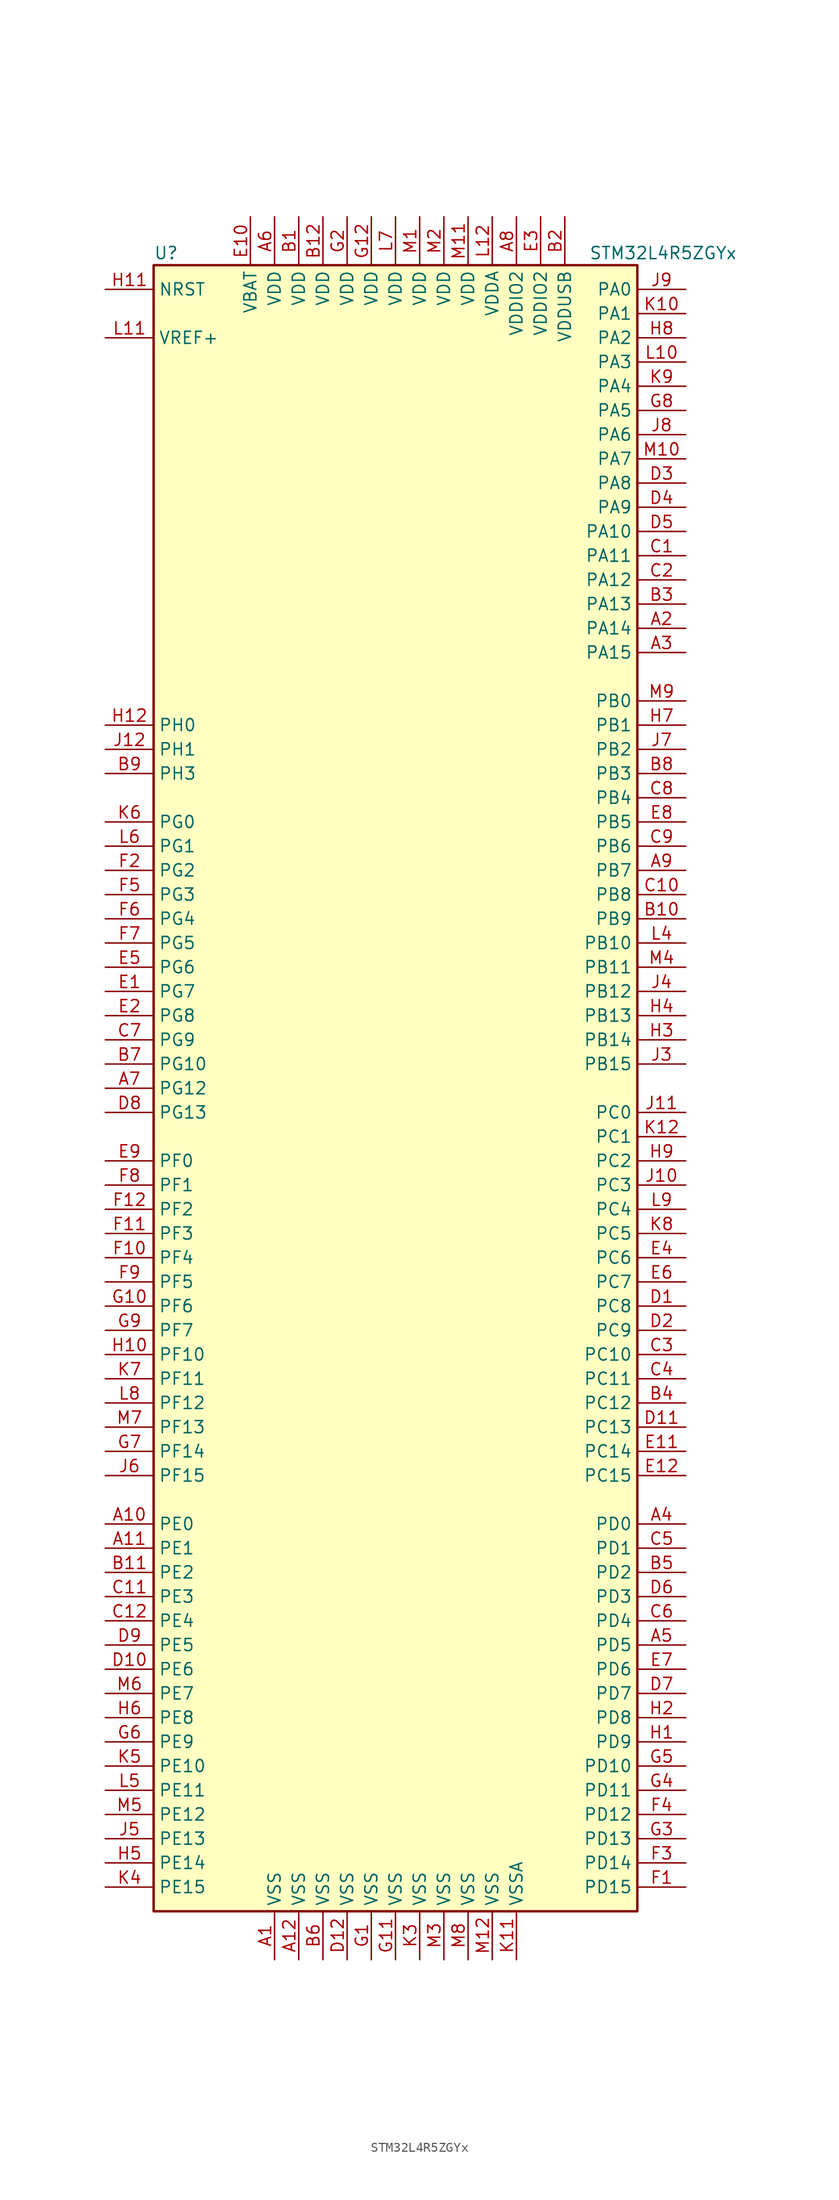
<source format=kicad_sym>
(kicad_symbol_lib
  (version 20220914)
  (generator kicad_symbol_editor)
  (symbol "STM32L4R5ZGYx"
    (property "Reference" "U"
      (at -25.4 87.63 0)
      (effects (font (size 1.27 1.27)) (justify left)))
    (property "Value" "STM32L4R5ZGYx"
      (at 20.32 87.63 0)
      (effects (font (size 1.27 1.27)) (justify left)))
    (symbol "STM32L4R5ZGYx_0_1"
      (rectangle (start -25.4 -86.36) (end 25.4 86.36) (stroke (width 0.254) (type default)) (fill (type background))))
    (symbol "STM32L4R5ZGYx_1_1"
      (pin power_in line (at -12.7 -91.44 90) (length 5.08) (name "VSS" (effects (font (size 1.27 1.27)))) (number "A1" (effects (font (size 1.27 1.27)))))
      (pin bidirectional line (at -30.48 -45.72 0) (length 5.08) (name "PE0" (effects (font (size 1.27 1.27)))) (number "A10" (effects (font (size 1.27 1.27)))))
      (pin bidirectional line (at -30.48 -48.26 0) (length 5.08) (name "PE1" (effects (font (size 1.27 1.27)))) (number "A11" (effects (font (size 1.27 1.27)))))
      (pin power_in line (at -10.16 -91.44 90) (length 5.08) (name "VSS" (effects (font (size 1.27 1.27)))) (number "A12" (effects (font (size 1.27 1.27)))))
      (pin bidirectional line (at 30.48 48.26 180) (length 5.08) (name "PA14" (effects (font (size 1.27 1.27)))) (number "A2" (effects (font (size 1.27 1.27)))))
      (pin bidirectional line (at 30.48 45.72 180) (length 5.08) (name "PA15" (effects (font (size 1.27 1.27)))) (number "A3" (effects (font (size 1.27 1.27)))))
      (pin bidirectional line (at 30.48 -45.72 180) (length 5.08) (name "PD0" (effects (font (size 1.27 1.27)))) (number "A4" (effects (font (size 1.27 1.27)))))
      (pin bidirectional line (at 30.48 -58.42 180) (length 5.08) (name "PD5" (effects (font (size 1.27 1.27)))) (number "A5" (effects (font (size 1.27 1.27)))))
      (pin power_in line (at -12.7 91.44 270) (length 5.08) (name "VDD" (effects (font (size 1.27 1.27)))) (number "A6" (effects (font (size 1.27 1.27)))))
      (pin bidirectional line (at -30.48 0 0) (length 5.08) (name "PG12" (effects (font (size 1.27 1.27)))) (number "A7" (effects (font (size 1.27 1.27)))))
      (pin power_in line (at 12.7 91.44 270) (length 5.08) (name "VDDIO2" (effects (font (size 1.27 1.27)))) (number "A8" (effects (font (size 1.27 1.27)))))
      (pin bidirectional line (at 30.48 22.86 180) (length 5.08) (name "PB7" (effects (font (size 1.27 1.27)))) (number "A9" (effects (font (size 1.27 1.27)))))
      (pin power_in line (at -10.16 91.44 270) (length 5.08) (name "VDD" (effects (font (size 1.27 1.27)))) (number "B1" (effects (font (size 1.27 1.27)))))
      (pin bidirectional line (at 30.48 17.78 180) (length 5.08) (name "PB9" (effects (font (size 1.27 1.27)))) (number "B10" (effects (font (size 1.27 1.27)))))
      (pin bidirectional line (at -30.48 -50.8 0) (length 5.08) (name "PE2" (effects (font (size 1.27 1.27)))) (number "B11" (effects (font (size 1.27 1.27)))))
      (pin power_in line (at -7.62 91.44 270) (length 5.08) (name "VDD" (effects (font (size 1.27 1.27)))) (number "B12" (effects (font (size 1.27 1.27)))))
      (pin power_in line (at 17.78 91.44 270) (length 5.08) (name "VDDUSB" (effects (font (size 1.27 1.27)))) (number "B2" (effects (font (size 1.27 1.27)))))
      (pin bidirectional line (at 30.48 50.8 180) (length 5.08) (name "PA13" (effects (font (size 1.27 1.27)))) (number "B3" (effects (font (size 1.27 1.27)))))
      (pin bidirectional line (at 30.48 -33.02 180) (length 5.08) (name "PC12" (effects (font (size 1.27 1.27)))) (number "B4" (effects (font (size 1.27 1.27)))))
      (pin bidirectional line (at 30.48 -50.8 180) (length 5.08) (name "PD2" (effects (font (size 1.27 1.27)))) (number "B5" (effects (font (size 1.27 1.27)))))
      (pin power_in line (at -7.62 -91.44 90) (length 5.08) (name "VSS" (effects (font (size 1.27 1.27)))) (number "B6" (effects (font (size 1.27 1.27)))))
      (pin bidirectional line (at -30.48 2.54 0) (length 5.08) (name "PG10" (effects (font (size 1.27 1.27)))) (number "B7" (effects (font (size 1.27 1.27)))))
      (pin bidirectional line (at 30.48 33.02 180) (length 5.08) (name "PB3" (effects (font (size 1.27 1.27)))) (number "B8" (effects (font (size 1.27 1.27)))))
      (pin bidirectional line (at -30.48 33.02 0) (length 5.08) (name "PH3" (effects (font (size 1.27 1.27)))) (number "B9" (effects (font (size 1.27 1.27)))))
      (pin bidirectional line (at 30.48 55.88 180) (length 5.08) (name "PA11" (effects (font (size 1.27 1.27)))) (number "C1" (effects (font (size 1.27 1.27)))))
      (pin bidirectional line (at 30.48 20.32 180) (length 5.08) (name "PB8" (effects (font (size 1.27 1.27)))) (number "C10" (effects (font (size 1.27 1.27)))))
      (pin bidirectional line (at -30.48 -53.34 0) (length 5.08) (name "PE3" (effects (font (size 1.27 1.27)))) (number "C11" (effects (font (size 1.27 1.27)))))
      (pin bidirectional line (at -30.48 -55.88 0) (length 5.08) (name "PE4" (effects (font (size 1.27 1.27)))) (number "C12" (effects (font (size 1.27 1.27)))))
      (pin bidirectional line (at 30.48 53.34 180) (length 5.08) (name "PA12" (effects (font (size 1.27 1.27)))) (number "C2" (effects (font (size 1.27 1.27)))))
      (pin bidirectional line (at 30.48 -27.94 180) (length 5.08) (name "PC10" (effects (font (size 1.27 1.27)))) (number "C3" (effects (font (size 1.27 1.27)))))
      (pin bidirectional line (at 30.48 -30.48 180) (length 5.08) (name "PC11" (effects (font (size 1.27 1.27)))) (number "C4" (effects (font (size 1.27 1.27)))))
      (pin bidirectional line (at 30.48 -48.26 180) (length 5.08) (name "PD1" (effects (font (size 1.27 1.27)))) (number "C5" (effects (font (size 1.27 1.27)))))
      (pin bidirectional line (at 30.48 -55.88 180) (length 5.08) (name "PD4" (effects (font (size 1.27 1.27)))) (number "C6" (effects (font (size 1.27 1.27)))))
      (pin bidirectional line (at -30.48 5.08 0) (length 5.08) (name "PG9" (effects (font (size 1.27 1.27)))) (number "C7" (effects (font (size 1.27 1.27)))))
      (pin bidirectional line (at 30.48 30.48 180) (length 5.08) (name "PB4" (effects (font (size 1.27 1.27)))) (number "C8" (effects (font (size 1.27 1.27)))))
      (pin bidirectional line (at 30.48 25.4 180) (length 5.08) (name "PB6" (effects (font (size 1.27 1.27)))) (number "C9" (effects (font (size 1.27 1.27)))))
      (pin bidirectional line (at 30.48 -22.86 180) (length 5.08) (name "PC8" (effects (font (size 1.27 1.27)))) (number "D1" (effects (font (size 1.27 1.27)))))
      (pin bidirectional line (at -30.48 -60.96 0) (length 5.08) (name "PE6" (effects (font (size 1.27 1.27)))) (number "D10" (effects (font (size 1.27 1.27)))))
      (pin bidirectional line (at 30.48 -35.56 180) (length 5.08) (name "PC13" (effects (font (size 1.27 1.27)))) (number "D11" (effects (font (size 1.27 1.27)))))
      (pin power_in line (at -5.08 -91.44 90) (length 5.08) (name "VSS" (effects (font (size 1.27 1.27)))) (number "D12" (effects (font (size 1.27 1.27)))))
      (pin bidirectional line (at 30.48 -25.4 180) (length 5.08) (name "PC9" (effects (font (size 1.27 1.27)))) (number "D2" (effects (font (size 1.27 1.27)))))
      (pin bidirectional line (at 30.48 63.5 180) (length 5.08) (name "PA8" (effects (font (size 1.27 1.27)))) (number "D3" (effects (font (size 1.27 1.27)))))
      (pin bidirectional line (at 30.48 60.96 180) (length 5.08) (name "PA9" (effects (font (size 1.27 1.27)))) (number "D4" (effects (font (size 1.27 1.27)))))
      (pin bidirectional line (at 30.48 58.42 180) (length 5.08) (name "PA10" (effects (font (size 1.27 1.27)))) (number "D5" (effects (font (size 1.27 1.27)))))
      (pin bidirectional line (at 30.48 -53.34 180) (length 5.08) (name "PD3" (effects (font (size 1.27 1.27)))) (number "D6" (effects (font (size 1.27 1.27)))))
      (pin bidirectional line (at 30.48 -63.5 180) (length 5.08) (name "PD7" (effects (font (size 1.27 1.27)))) (number "D7" (effects (font (size 1.27 1.27)))))
      (pin bidirectional line (at -30.48 -2.54 0) (length 5.08) (name "PG13" (effects (font (size 1.27 1.27)))) (number "D8" (effects (font (size 1.27 1.27)))))
      (pin bidirectional line (at -30.48 -58.42 0) (length 5.08) (name "PE5" (effects (font (size 1.27 1.27)))) (number "D9" (effects (font (size 1.27 1.27)))))
      (pin bidirectional line (at -30.48 10.16 0) (length 5.08) (name "PG7" (effects (font (size 1.27 1.27)))) (number "E1" (effects (font (size 1.27 1.27)))))
      (pin power_in line (at -15.24 91.44 270) (length 5.08) (name "VBAT" (effects (font (size 1.27 1.27)))) (number "E10" (effects (font (size 1.27 1.27)))))
      (pin bidirectional line (at 30.48 -38.1 180) (length 5.08) (name "PC14" (effects (font (size 1.27 1.27)))) (number "E11" (effects (font (size 1.27 1.27)))))
      (pin bidirectional line (at 30.48 -40.64 180) (length 5.08) (name "PC15" (effects (font (size 1.27 1.27)))) (number "E12" (effects (font (size 1.27 1.27)))))
      (pin bidirectional line (at -30.48 7.62 0) (length 5.08) (name "PG8" (effects (font (size 1.27 1.27)))) (number "E2" (effects (font (size 1.27 1.27)))))
      (pin power_in line (at 15.24 91.44 270) (length 5.08) (name "VDDIO2" (effects (font (size 1.27 1.27)))) (number "E3" (effects (font (size 1.27 1.27)))))
      (pin bidirectional line (at 30.48 -17.78 180) (length 5.08) (name "PC6" (effects (font (size 1.27 1.27)))) (number "E4" (effects (font (size 1.27 1.27)))))
      (pin bidirectional line (at -30.48 12.7 0) (length 5.08) (name "PG6" (effects (font (size 1.27 1.27)))) (number "E5" (effects (font (size 1.27 1.27)))))
      (pin bidirectional line (at 30.48 -20.32 180) (length 5.08) (name "PC7" (effects (font (size 1.27 1.27)))) (number "E6" (effects (font (size 1.27 1.27)))))
      (pin bidirectional line (at 30.48 -60.96 180) (length 5.08) (name "PD6" (effects (font (size 1.27 1.27)))) (number "E7" (effects (font (size 1.27 1.27)))))
      (pin bidirectional line (at 30.48 27.94 180) (length 5.08) (name "PB5" (effects (font (size 1.27 1.27)))) (number "E8" (effects (font (size 1.27 1.27)))))
      (pin bidirectional line (at -30.48 -7.62 0) (length 5.08) (name "PF0" (effects (font (size 1.27 1.27)))) (number "E9" (effects (font (size 1.27 1.27)))))
      (pin bidirectional line (at 30.48 -83.82 180) (length 5.08) (name "PD15" (effects (font (size 1.27 1.27)))) (number "F1" (effects (font (size 1.27 1.27)))))
      (pin bidirectional line (at -30.48 -17.78 0) (length 5.08) (name "PF4" (effects (font (size 1.27 1.27)))) (number "F10" (effects (font (size 1.27 1.27)))))
      (pin bidirectional line (at -30.48 -15.24 0) (length 5.08) (name "PF3" (effects (font (size 1.27 1.27)))) (number "F11" (effects (font (size 1.27 1.27)))))
      (pin bidirectional line (at -30.48 -12.7 0) (length 5.08) (name "PF2" (effects (font (size 1.27 1.27)))) (number "F12" (effects (font (size 1.27 1.27)))))
      (pin bidirectional line (at -30.48 22.86 0) (length 5.08) (name "PG2" (effects (font (size 1.27 1.27)))) (number "F2" (effects (font (size 1.27 1.27)))))
      (pin bidirectional line (at 30.48 -81.28 180) (length 5.08) (name "PD14" (effects (font (size 1.27 1.27)))) (number "F3" (effects (font (size 1.27 1.27)))))
      (pin bidirectional line (at 30.48 -76.2 180) (length 5.08) (name "PD12" (effects (font (size 1.27 1.27)))) (number "F4" (effects (font (size 1.27 1.27)))))
      (pin bidirectional line (at -30.48 20.32 0) (length 5.08) (name "PG3" (effects (font (size 1.27 1.27)))) (number "F5" (effects (font (size 1.27 1.27)))))
      (pin bidirectional line (at -30.48 17.78 0) (length 5.08) (name "PG4" (effects (font (size 1.27 1.27)))) (number "F6" (effects (font (size 1.27 1.27)))))
      (pin bidirectional line (at -30.48 15.24 0) (length 5.08) (name "PG5" (effects (font (size 1.27 1.27)))) (number "F7" (effects (font (size 1.27 1.27)))))
      (pin bidirectional line (at -30.48 -10.16 0) (length 5.08) (name "PF1" (effects (font (size 1.27 1.27)))) (number "F8" (effects (font (size 1.27 1.27)))))
      (pin bidirectional line (at -30.48 -20.32 0) (length 5.08) (name "PF5" (effects (font (size 1.27 1.27)))) (number "F9" (effects (font (size 1.27 1.27)))))
      (pin power_in line (at -2.54 -91.44 90) (length 5.08) (name "VSS" (effects (font (size 1.27 1.27)))) (number "G1" (effects (font (size 1.27 1.27)))))
      (pin bidirectional line (at -30.48 -22.86 0) (length 5.08) (name "PF6" (effects (font (size 1.27 1.27)))) (number "G10" (effects (font (size 1.27 1.27)))))
      (pin power_in line (at 0 -91.44 90) (length 5.08) (name "VSS" (effects (font (size 1.27 1.27)))) (number "G11" (effects (font (size 1.27 1.27)))))
      (pin power_in line (at -2.54 91.44 270) (length 5.08) (name "VDD" (effects (font (size 1.27 1.27)))) (number "G12" (effects (font (size 1.27 1.27)))))
      (pin power_in line (at -5.08 91.44 270) (length 5.08) (name "VDD" (effects (font (size 1.27 1.27)))) (number "G2" (effects (font (size 1.27 1.27)))))
      (pin bidirectional line (at 30.48 -78.74 180) (length 5.08) (name "PD13" (effects (font (size 1.27 1.27)))) (number "G3" (effects (font (size 1.27 1.27)))))
      (pin bidirectional line (at 30.48 -73.66 180) (length 5.08) (name "PD11" (effects (font (size 1.27 1.27)))) (number "G4" (effects (font (size 1.27 1.27)))))
      (pin bidirectional line (at 30.48 -71.12 180) (length 5.08) (name "PD10" (effects (font (size 1.27 1.27)))) (number "G5" (effects (font (size 1.27 1.27)))))
      (pin bidirectional line (at -30.48 -68.58 0) (length 5.08) (name "PE9" (effects (font (size 1.27 1.27)))) (number "G6" (effects (font (size 1.27 1.27)))))
      (pin bidirectional line (at -30.48 -38.1 0) (length 5.08) (name "PF14" (effects (font (size 1.27 1.27)))) (number "G7" (effects (font (size 1.27 1.27)))))
      (pin bidirectional line (at 30.48 71.12 180) (length 5.08) (name "PA5" (effects (font (size 1.27 1.27)))) (number "G8" (effects (font (size 1.27 1.27)))))
      (pin bidirectional line (at -30.48 -25.4 0) (length 5.08) (name "PF7" (effects (font (size 1.27 1.27)))) (number "G9" (effects (font (size 1.27 1.27)))))
      (pin bidirectional line (at 30.48 -68.58 180) (length 5.08) (name "PD9" (effects (font (size 1.27 1.27)))) (number "H1" (effects (font (size 1.27 1.27)))))
      (pin bidirectional line (at -30.48 -27.94 0) (length 5.08) (name "PF10" (effects (font (size 1.27 1.27)))) (number "H10" (effects (font (size 1.27 1.27)))))
      (pin input line (at -30.48 83.82 0) (length 5.08) (name "NRST" (effects (font (size 1.27 1.27)))) (number "H11" (effects (font (size 1.27 1.27)))))
      (pin input line (at -30.48 38.1 0) (length 5.08) (name "PH0" (effects (font (size 1.27 1.27)))) (number "H12" (effects (font (size 1.27 1.27)))))
      (pin bidirectional line (at 30.48 -66.04 180) (length 5.08) (name "PD8" (effects (font (size 1.27 1.27)))) (number "H2" (effects (font (size 1.27 1.27)))))
      (pin bidirectional line (at 30.48 5.08 180) (length 5.08) (name "PB14" (effects (font (size 1.27 1.27)))) (number "H3" (effects (font (size 1.27 1.27)))))
      (pin bidirectional line (at 30.48 7.62 180) (length 5.08) (name "PB13" (effects (font (size 1.27 1.27)))) (number "H4" (effects (font (size 1.27 1.27)))))
      (pin bidirectional line (at -30.48 -81.28 0) (length 5.08) (name "PE14" (effects (font (size 1.27 1.27)))) (number "H5" (effects (font (size 1.27 1.27)))))
      (pin bidirectional line (at -30.48 -66.04 0) (length 5.08) (name "PE8" (effects (font (size 1.27 1.27)))) (number "H6" (effects (font (size 1.27 1.27)))))
      (pin bidirectional line (at 30.48 38.1 180) (length 5.08) (name "PB1" (effects (font (size 1.27 1.27)))) (number "H7" (effects (font (size 1.27 1.27)))))
      (pin bidirectional line (at 30.48 78.74 180) (length 5.08) (name "PA2" (effects (font (size 1.27 1.27)))) (number "H8" (effects (font (size 1.27 1.27)))))
      (pin bidirectional line (at 30.48 -7.62 180) (length 5.08) (name "PC2" (effects (font (size 1.27 1.27)))) (number "H9" (effects (font (size 1.27 1.27)))))
      (pin no_connect line (at -25.4 -83.82 0) (length 5.08) hide (name "NC" (effects (font (size 1.27 1.27)))) (number "J1" (effects (font (size 1.27 1.27)))))
      (pin bidirectional line (at 30.48 -10.16 180) (length 5.08) (name "PC3" (effects (font (size 1.27 1.27)))) (number "J10" (effects (font (size 1.27 1.27)))))
      (pin bidirectional line (at 30.48 -2.54 180) (length 5.08) (name "PC0" (effects (font (size 1.27 1.27)))) (number "J11" (effects (font (size 1.27 1.27)))))
      (pin input line (at -30.48 35.56 0) (length 5.08) (name "PH1" (effects (font (size 1.27 1.27)))) (number "J12" (effects (font (size 1.27 1.27)))))
      (pin no_connect line (at -25.4 -81.28 0) (length 5.08) hide (name "NC" (effects (font (size 1.27 1.27)))) (number "J2" (effects (font (size 1.27 1.27)))))
      (pin bidirectional line (at 30.48 2.54 180) (length 5.08) (name "PB15" (effects (font (size 1.27 1.27)))) (number "J3" (effects (font (size 1.27 1.27)))))
      (pin bidirectional line (at 30.48 10.16 180) (length 5.08) (name "PB12" (effects (font (size 1.27 1.27)))) (number "J4" (effects (font (size 1.27 1.27)))))
      (pin bidirectional line (at -30.48 -78.74 0) (length 5.08) (name "PE13" (effects (font (size 1.27 1.27)))) (number "J5" (effects (font (size 1.27 1.27)))))
      (pin bidirectional line (at -30.48 -40.64 0) (length 5.08) (name "PF15" (effects (font (size 1.27 1.27)))) (number "J6" (effects (font (size 1.27 1.27)))))
      (pin bidirectional line (at 30.48 35.56 180) (length 5.08) (name "PB2" (effects (font (size 1.27 1.27)))) (number "J7" (effects (font (size 1.27 1.27)))))
      (pin bidirectional line (at 30.48 68.58 180) (length 5.08) (name "PA6" (effects (font (size 1.27 1.27)))) (number "J8" (effects (font (size 1.27 1.27)))))
      (pin bidirectional line (at 30.48 83.82 180) (length 5.08) (name "PA0" (effects (font (size 1.27 1.27)))) (number "J9" (effects (font (size 1.27 1.27)))))
      (pin no_connect line (at -25.4 -78.74 0) (length 5.08) hide (name "NC" (effects (font (size 1.27 1.27)))) (number "K1" (effects (font (size 1.27 1.27)))))
      (pin bidirectional line (at 30.48 81.28 180) (length 5.08) (name "PA1" (effects (font (size 1.27 1.27)))) (number "K10" (effects (font (size 1.27 1.27)))))
      (pin power_in line (at 12.7 -91.44 90) (length 5.08) (name "VSSA" (effects (font (size 1.27 1.27)))) (number "K11" (effects (font (size 1.27 1.27)))))
      (pin bidirectional line (at 30.48 -5.08 180) (length 5.08) (name "PC1" (effects (font (size 1.27 1.27)))) (number "K12" (effects (font (size 1.27 1.27)))))
      (pin no_connect line (at -25.4 -76.2 0) (length 5.08) hide (name "NC" (effects (font (size 1.27 1.27)))) (number "K2" (effects (font (size 1.27 1.27)))))
      (pin power_in line (at 2.54 -91.44 90) (length 5.08) (name "VSS" (effects (font (size 1.27 1.27)))) (number "K3" (effects (font (size 1.27 1.27)))))
      (pin bidirectional line (at -30.48 -83.82 0) (length 5.08) (name "PE15" (effects (font (size 1.27 1.27)))) (number "K4" (effects (font (size 1.27 1.27)))))
      (pin bidirectional line (at -30.48 -71.12 0) (length 5.08) (name "PE10" (effects (font (size 1.27 1.27)))) (number "K5" (effects (font (size 1.27 1.27)))))
      (pin bidirectional line (at -30.48 27.94 0) (length 5.08) (name "PG0" (effects (font (size 1.27 1.27)))) (number "K6" (effects (font (size 1.27 1.27)))))
      (pin bidirectional line (at -30.48 -30.48 0) (length 5.08) (name "PF11" (effects (font (size 1.27 1.27)))) (number "K7" (effects (font (size 1.27 1.27)))))
      (pin bidirectional line (at 30.48 -15.24 180) (length 5.08) (name "PC5" (effects (font (size 1.27 1.27)))) (number "K8" (effects (font (size 1.27 1.27)))))
      (pin bidirectional line (at 30.48 73.66 180) (length 5.08) (name "PA4" (effects (font (size 1.27 1.27)))) (number "K9" (effects (font (size 1.27 1.27)))))
      (pin no_connect line (at -25.4 -73.66 0) (length 5.08) hide (name "NC" (effects (font (size 1.27 1.27)))) (number "L1" (effects (font (size 1.27 1.27)))))
      (pin bidirectional line (at 30.48 76.2 180) (length 5.08) (name "PA3" (effects (font (size 1.27 1.27)))) (number "L10" (effects (font (size 1.27 1.27)))))
      (pin bidirectional line (at -30.48 78.74 0) (length 5.08) (name "VREF+" (effects (font (size 1.27 1.27)))) (number "L11" (effects (font (size 1.27 1.27)))))
      (pin power_in line (at 10.16 91.44 270) (length 5.08) (name "VDDA" (effects (font (size 1.27 1.27)))) (number "L12" (effects (font (size 1.27 1.27)))))
      (pin no_connect line (at -25.4 -71.12 0) (length 5.08) hide (name "NC" (effects (font (size 1.27 1.27)))) (number "L2" (effects (font (size 1.27 1.27)))))
      (pin no_connect line (at -25.4 -68.58 0) (length 5.08) hide (name "NC" (effects (font (size 1.27 1.27)))) (number "L3" (effects (font (size 1.27 1.27)))))
      (pin bidirectional line (at 30.48 15.24 180) (length 5.08) (name "PB10" (effects (font (size 1.27 1.27)))) (number "L4" (effects (font (size 1.27 1.27)))))
      (pin bidirectional line (at -30.48 -73.66 0) (length 5.08) (name "PE11" (effects (font (size 1.27 1.27)))) (number "L5" (effects (font (size 1.27 1.27)))))
      (pin bidirectional line (at -30.48 25.4 0) (length 5.08) (name "PG1" (effects (font (size 1.27 1.27)))) (number "L6" (effects (font (size 1.27 1.27)))))
      (pin power_in line (at 0 91.44 270) (length 5.08) (name "VDD" (effects (font (size 1.27 1.27)))) (number "L7" (effects (font (size 1.27 1.27)))))
      (pin bidirectional line (at -30.48 -33.02 0) (length 5.08) (name "PF12" (effects (font (size 1.27 1.27)))) (number "L8" (effects (font (size 1.27 1.27)))))
      (pin bidirectional line (at 30.48 -12.7 180) (length 5.08) (name "PC4" (effects (font (size 1.27 1.27)))) (number "L9" (effects (font (size 1.27 1.27)))))
      (pin power_in line (at 2.54 91.44 270) (length 5.08) (name "VDD" (effects (font (size 1.27 1.27)))) (number "M1" (effects (font (size 1.27 1.27)))))
      (pin bidirectional line (at 30.48 66.04 180) (length 5.08) (name "PA7" (effects (font (size 1.27 1.27)))) (number "M10" (effects (font (size 1.27 1.27)))))
      (pin power_in line (at 7.62 91.44 270) (length 5.08) (name "VDD" (effects (font (size 1.27 1.27)))) (number "M11" (effects (font (size 1.27 1.27)))))
      (pin power_in line (at 10.16 -91.44 90) (length 5.08) (name "VSS" (effects (font (size 1.27 1.27)))) (number "M12" (effects (font (size 1.27 1.27)))))
      (pin power_in line (at 5.08 91.44 270) (length 5.08) (name "VDD" (effects (font (size 1.27 1.27)))) (number "M2" (effects (font (size 1.27 1.27)))))
      (pin power_in line (at 5.08 -91.44 90) (length 5.08) (name "VSS" (effects (font (size 1.27 1.27)))) (number "M3" (effects (font (size 1.27 1.27)))))
      (pin bidirectional line (at 30.48 12.7 180) (length 5.08) (name "PB11" (effects (font (size 1.27 1.27)))) (number "M4" (effects (font (size 1.27 1.27)))))
      (pin bidirectional line (at -30.48 -76.2 0) (length 5.08) (name "PE12" (effects (font (size 1.27 1.27)))) (number "M5" (effects (font (size 1.27 1.27)))))
      (pin bidirectional line (at -30.48 -63.5 0) (length 5.08) (name "PE7" (effects (font (size 1.27 1.27)))) (number "M6" (effects (font (size 1.27 1.27)))))
      (pin bidirectional line (at -30.48 -35.56 0) (length 5.08) (name "PF13" (effects (font (size 1.27 1.27)))) (number "M7" (effects (font (size 1.27 1.27)))))
      (pin power_in line (at 7.62 -91.44 90) (length 5.08) (name "VSS" (effects (font (size 1.27 1.27)))) (number "M8" (effects (font (size 1.27 1.27)))))
      (pin bidirectional line (at 30.48 40.64 180) (length 5.08) (name "PB0" (effects (font (size 1.27 1.27)))) (number "M9" (effects (font (size 1.27 1.27))))))))
</source>
